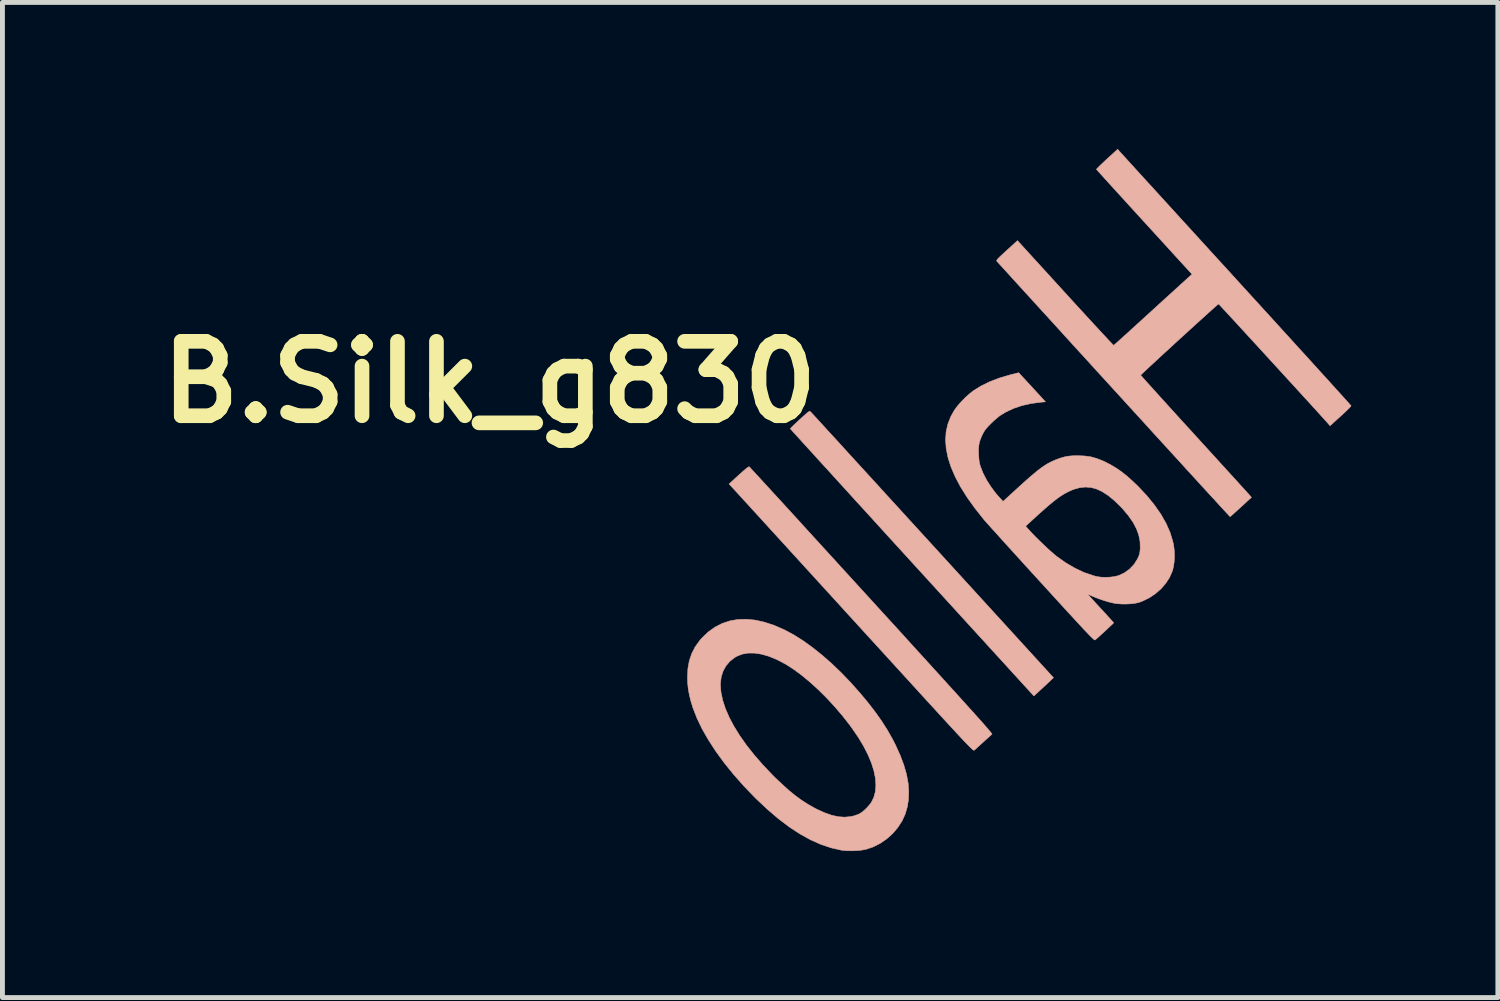
<source format=kicad_pcb>
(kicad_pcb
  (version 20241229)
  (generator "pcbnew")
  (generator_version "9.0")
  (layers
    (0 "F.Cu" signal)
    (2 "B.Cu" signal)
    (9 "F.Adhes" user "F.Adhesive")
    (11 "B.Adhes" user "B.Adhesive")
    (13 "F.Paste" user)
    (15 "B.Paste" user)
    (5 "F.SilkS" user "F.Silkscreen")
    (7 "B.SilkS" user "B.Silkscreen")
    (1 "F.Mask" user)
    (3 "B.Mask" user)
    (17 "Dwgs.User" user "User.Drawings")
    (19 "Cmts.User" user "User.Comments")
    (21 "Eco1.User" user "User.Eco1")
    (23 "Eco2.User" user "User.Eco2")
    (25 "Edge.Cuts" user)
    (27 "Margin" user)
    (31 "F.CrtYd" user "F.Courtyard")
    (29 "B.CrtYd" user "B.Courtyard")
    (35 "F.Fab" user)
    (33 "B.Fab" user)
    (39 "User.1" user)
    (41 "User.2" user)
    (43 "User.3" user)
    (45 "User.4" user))
  (footprint "B.Silk_g830"
    (layer "F.Cu")
    (at 6.974 4.772)
    (property "Reference" "B.Silk_g830" (at 0 0 0) (layer "F.SilkS") (effects (font (size 1.524 1.524) (thickness 0.3))))
    (attr through_hole)
    (fp_poly (pts (xy 6.564 0.603) (xy 6.571 0.609) (xy 6.581 0.62) (xy 6.608 0.649) (xy 6.651 0.696) (xy 6.709 0.759) (xy 6.781 0.838) (xy 6.867 0.932) (xy 6.965 1.04) (xy 7.077 1.161) (xy 7.2 1.296) (xy 7.333 1.442) (xy 7.477 1.6) (xy 7.631 1.768) (xy 7.794 1.946) (xy 7.965 2.133) (xy 8.143 2.329) (xy 8.329 2.532) (xy 8.52 2.742) (xy 8.717 2.957) (xy 8.919 3.178) (xy 9.069 3.342) (xy 11.543 6.052) (xy 11.457 6.134) (xy 11.41 6.178) (xy 11.353 6.231) (xy 11.294 6.286) (xy 11.256 6.321) (xy 11.142 6.426) (xy 8.65 3.695) (xy 8.445 3.47) (xy 8.244 3.25) (xy 8.048 3.035) (xy 7.858 2.826) (xy 7.675 2.625) (xy 7.498 2.432) (xy 7.33 2.246) (xy 7.17 2.071) (xy 7.019 1.905) (xy 6.878 1.75) (xy 6.747 1.607) (xy 6.628 1.475) (xy 6.52 1.357) (xy 6.425 1.253) (xy 6.344 1.163) (xy 6.276 1.088) (xy 6.222 1.029) (xy 6.184 0.986) (xy 6.162 0.962) (xy 6.156 0.955) (xy 6.164 0.944) (xy 6.188 0.918) (xy 6.226 0.881) (xy 6.275 0.835) (xy 6.331 0.782) (xy 6.35 0.765) (xy 6.416 0.705) (xy 6.465 0.661) (xy 6.501 0.63) (xy 6.526 0.61) (xy 6.544 0.601) (xy 6.555 0.599) (xy 6.564 0.603)) (stroke (width 0.01) (type solid)) (fill yes) (layer "B.SilkS"))
    (fp_poly (pts (xy 5.316 1.734) (xy 5.326 1.745) (xy 5.352 1.773) (xy 5.394 1.819) (xy 5.451 1.881) (xy 5.523 1.959) (xy 5.608 2.052) (xy 5.707 2.159) (xy 5.817 2.28) (xy 5.94 2.413) (xy 6.073 2.559) (xy 6.217 2.716) (xy 6.37 2.884) (xy 6.532 3.062) (xy 6.703 3.249) (xy 6.881 3.444) (xy 7.066 3.646) (xy 7.257 3.856) (xy 7.454 4.072) (xy 7.656 4.293) (xy 7.817 4.469) (xy 8.07 4.747) (xy 8.307 5.006) (xy 8.527 5.248) (xy 8.731 5.473) (xy 8.921 5.681) (xy 9.095 5.873) (xy 9.256 6.049) (xy 9.402 6.211) (xy 9.536 6.358) (xy 9.656 6.491) (xy 9.764 6.611) (xy 9.861 6.718) (xy 9.946 6.813) (xy 10.021 6.896) (xy 10.085 6.968) (xy 10.139 7.03) (xy 10.184 7.081) (xy 10.219 7.123) (xy 10.247 7.156) (xy 10.267 7.18) (xy 10.279 7.196) (xy 10.284 7.205) (xy 10.284 7.208) (xy 10.27 7.221) (xy 10.24 7.248) (xy 10.198 7.286) (xy 10.148 7.331) (xy 10.109 7.367) (xy 10.054 7.417) (xy 10.004 7.462) (xy 9.963 7.5) (xy 9.934 7.526) (xy 9.923 7.535) (xy 9.92 7.537) (xy 9.917 7.538) (xy 9.912 7.538) (xy 9.906 7.536) (xy 9.898 7.531) (xy 9.887 7.522) (xy 9.872 7.509) (xy 9.853 7.491) (xy 9.83 7.468) (xy 9.801 7.439) (xy 9.767 7.404) (xy 9.725 7.361) (xy 9.677 7.31) (xy 9.621 7.25) (xy 9.557 7.181) (xy 9.484 7.102) (xy 9.402 7.013) (xy 9.309 6.912) (xy 9.206 6.8) (xy 9.092 6.675) (xy 8.965 6.537) (xy 8.826 6.385) (xy 8.674 6.218) (xy 8.509 6.037) (xy 8.329 5.84) (xy 8.134 5.626) (xy 7.924 5.396) (xy 7.697 5.148) (xy 7.523 4.957) (xy 7.321 4.736) (xy 7.123 4.518) (xy 6.929 4.306) (xy 6.74 4.099) (xy 6.557 3.898) (xy 6.381 3.705) (xy 6.212 3.52) (xy 6.052 3.344) (xy 5.9 3.178) (xy 5.757 3.022) (xy 5.625 2.877) (xy 5.505 2.745) (xy 5.395 2.625) (xy 5.299 2.519) (xy 5.215 2.428) (xy 5.146 2.352) (xy 5.091 2.292) (xy 5.052 2.249) (xy 5.029 2.224) (xy 5.026 2.221) (xy 4.902 2.086) (xy 5.1 1.904) (xy 5.172 1.84) (xy 5.227 1.792) (xy 5.267 1.759) (xy 5.295 1.74) (xy 5.311 1.733) (xy 5.316 1.734)) (stroke (width 0.01) (type solid)) (fill yes) (layer "B.SilkS"))
    (fp_poly (pts (xy 5.438 4.873) (xy 5.628 4.916) (xy 5.827 4.981) (xy 6.032 5.071) (xy 6.04 5.075) (xy 6.224 5.173) (xy 6.414 5.293) (xy 6.61 5.434) (xy 6.808 5.592) (xy 7.006 5.766) (xy 7.202 5.954) (xy 7.389 6.149) (xy 7.575 6.358) (xy 7.741 6.556) (xy 7.889 6.747) (xy 8.021 6.933) (xy 8.138 7.116) (xy 8.242 7.299) (xy 8.306 7.423) (xy 8.403 7.636) (xy 8.479 7.838) (xy 8.534 8.029) (xy 8.568 8.212) (xy 8.58 8.387) (xy 8.573 8.557) (xy 8.552 8.691) (xy 8.508 8.843) (xy 8.442 8.987) (xy 8.355 9.121) (xy 8.25 9.244) (xy 8.129 9.352) (xy 7.995 9.444) (xy 7.85 9.517) (xy 7.71 9.564) (xy 7.625 9.581) (xy 7.524 9.592) (xy 7.415 9.596) (xy 7.309 9.594) (xy 7.213 9.585) (xy 7.201 9.583) (xy 6.994 9.536) (xy 6.784 9.466) (xy 6.571 9.371) (xy 6.355 9.252) (xy 6.136 9.109) (xy 5.913 8.94) (xy 5.687 8.747) (xy 5.456 8.53) (xy 5.429 8.503) (xy 5.2 8.265) (xy 4.99 8.027) (xy 4.8 7.791) (xy 4.629 7.557) (xy 4.48 7.327) (xy 4.351 7.102) (xy 4.245 6.882) (xy 4.162 6.669) (xy 4.12 6.532) (xy 4.088 6.401) (xy 4.066 6.283) (xy 4.057 6.193) (xy 4.724 6.193) (xy 4.736 6.347) (xy 4.77 6.511) (xy 4.826 6.683) (xy 4.904 6.863) (xy 5.003 7.049) (xy 5.122 7.241) (xy 5.261 7.438) (xy 5.42 7.638) (xy 5.597 7.841) (xy 5.792 8.046) (xy 5.85 8.104) (xy 5.997 8.243) (xy 6.133 8.365) (xy 6.262 8.47) (xy 6.389 8.562) (xy 6.517 8.644) (xy 6.649 8.719) (xy 6.699 8.745) (xy 6.857 8.817) (xy 7.003 8.868) (xy 7.139 8.898) (xy 7.267 8.907) (xy 7.389 8.896) (xy 7.455 8.881) (xy 7.505 8.865) (xy 7.554 8.846) (xy 7.575 8.836) (xy 7.622 8.806) (xy 7.676 8.761) (xy 7.731 8.707) (xy 7.78 8.651) (xy 7.812 8.609) (xy 7.865 8.503) (xy 7.897 8.384) (xy 7.907 8.254) (xy 7.898 8.112) (xy 7.867 7.96) (xy 7.817 7.799) (xy 7.746 7.63) (xy 7.656 7.453) (xy 7.546 7.27) (xy 7.416 7.081) (xy 7.371 7.019) (xy 7.221 6.828) (xy 7.062 6.642) (xy 6.897 6.464) (xy 6.728 6.296) (xy 6.558 6.142) (xy 6.389 6.002) (xy 6.225 5.881) (xy 6.069 5.78) (xy 6.045 5.767) (xy 5.879 5.68) (xy 5.72 5.615) (xy 5.568 5.571) (xy 5.426 5.549) (xy 5.294 5.548) (xy 5.172 5.569) (xy 5.061 5.613) (xy 5.018 5.638) (xy 4.918 5.716) (xy 4.838 5.81) (xy 4.779 5.918) (xy 4.741 6.037) (xy 4.725 6.168) (xy 4.724 6.193) (xy 4.057 6.193) (xy 4.054 6.167) (xy 4.05 6.044) (xy 4.05 6.038) (xy 4.059 5.864) (xy 4.088 5.705) (xy 4.137 5.559) (xy 4.207 5.422) (xy 4.299 5.294) (xy 4.346 5.239) (xy 4.475 5.116) (xy 4.613 5.017) (xy 4.761 4.941) (xy 4.917 4.889) (xy 5.082 4.86) (xy 5.256 4.855) (xy 5.438 4.873)) (stroke (width 0.01) (type solid)) (fill yes) (layer "B.SilkS"))
    (fp_poly (pts (xy 10.899 -0.118) (xy 10.928 -0.087) (xy 10.971 -0.041) (xy 11.023 0.016) (xy 11.082 0.08) (xy 11.144 0.148) (xy 11.174 0.18) (xy 11.379 0.404) (xy 11.287 0.412) (xy 11.083 0.439) (xy 10.898 0.481) (xy 10.728 0.538) (xy 10.569 0.613) (xy 10.465 0.675) (xy 10.423 0.705) (xy 10.371 0.748) (xy 10.315 0.798) (xy 10.261 0.85) (xy 10.26 0.851) (xy 10.205 0.907) (xy 10.164 0.953) (xy 10.133 0.995) (xy 10.107 1.039) (xy 10.086 1.08) (xy 10.052 1.158) (xy 10.028 1.228) (xy 10.015 1.298) (xy 10.009 1.375) (xy 10.01 1.468) (xy 10.011 1.481) (xy 10.016 1.564) (xy 10.024 1.632) (xy 10.037 1.692) (xy 10.05 1.734) (xy 10.102 1.866) (xy 10.174 2.005) (xy 10.262 2.143) (xy 10.361 2.276) (xy 10.43 2.355) (xy 10.511 2.443) (xy 10.826 2.155) (xy 10.946 2.046) (xy 11.05 1.954) (xy 11.141 1.876) (xy 11.221 1.81) (xy 11.293 1.756) (xy 11.359 1.71) (xy 11.422 1.671) (xy 11.484 1.638) (xy 11.547 1.609) (xy 11.597 1.588) (xy 11.687 1.555) (xy 11.767 1.532) (xy 11.845 1.517) (xy 11.93 1.509) (xy 12.031 1.507) (xy 12.046 1.507) (xy 12.186 1.513) (xy 12.312 1.531) (xy 12.433 1.565) (xy 12.557 1.614) (xy 12.589 1.629) (xy 12.712 1.692) (xy 12.826 1.76) (xy 12.936 1.836) (xy 13.047 1.924) (xy 13.162 2.027) (xy 13.273 2.133) (xy 13.454 2.325) (xy 13.61 2.517) (xy 13.742 2.706) (xy 13.849 2.894) (xy 13.931 3.081) (xy 13.987 3.265) (xy 14.003 3.337) (xy 14.017 3.451) (xy 14.021 3.571) (xy 14.013 3.691) (xy 13.995 3.802) (xy 13.976 3.872) (xy 13.92 4) (xy 13.841 4.121) (xy 13.744 4.233) (xy 13.629 4.333) (xy 13.502 4.418) (xy 13.363 4.485) (xy 13.291 4.512) (xy 13.219 4.528) (xy 13.13 4.539) (xy 13.031 4.544) (xy 12.931 4.543) (xy 12.837 4.536) (xy 12.782 4.527) (xy 12.688 4.505) (xy 12.582 4.474) (xy 12.473 4.437) (xy 12.371 4.397) (xy 12.333 4.38) (xy 12.293 4.362) (xy 12.263 4.35) (xy 12.249 4.346) (xy 12.249 4.346) (xy 12.256 4.356) (xy 12.279 4.382) (xy 12.315 4.422) (xy 12.362 4.474) (xy 12.418 4.536) (xy 12.481 4.604) (xy 12.51 4.636) (xy 12.576 4.707) (xy 12.636 4.772) (xy 12.687 4.829) (xy 12.729 4.875) (xy 12.759 4.908) (xy 12.774 4.926) (xy 12.775 4.928) (xy 12.767 4.938) (xy 12.743 4.962) (xy 12.706 4.996) (xy 12.662 5.038) (xy 12.612 5.085) (xy 12.56 5.133) (xy 12.509 5.179) (xy 12.464 5.22) (xy 12.427 5.253) (xy 12.401 5.274) (xy 12.394 5.28) (xy 12.39 5.28) (xy 12.382 5.277) (xy 12.369 5.268) (xy 12.352 5.253) (xy 12.329 5.231) (xy 12.299 5.202) (xy 12.262 5.163) (xy 12.216 5.115) (xy 12.16 5.057) (xy 12.095 4.986) (xy 12.018 4.903) (xy 11.93 4.807) (xy 11.828 4.697) (xy 11.713 4.571) (xy 11.583 4.429) (xy 11.438 4.27) (xy 11.293 4.111) (xy 11.156 3.961) (xy 11.023 3.815) (xy 10.894 3.673) (xy 10.771 3.538) (xy 10.655 3.41) (xy 10.547 3.291) (xy 10.448 3.181) (xy 10.36 3.083) (xy 10.282 2.998) (xy 10.24 2.95) (xy 10.973 2.95) (xy 11.048 3.034) (xy 11.103 3.094) (xy 11.171 3.164) (xy 11.247 3.239) (xy 11.328 3.317) (xy 11.408 3.393) (xy 11.484 3.462) (xy 11.552 3.521) (xy 11.606 3.566) (xy 11.607 3.567) (xy 11.796 3.701) (xy 11.986 3.812) (xy 12.174 3.9) (xy 12.361 3.963) (xy 12.433 3.982) (xy 12.515 3.994) (xy 12.607 3.997) (xy 12.703 3.993) (xy 12.793 3.982) (xy 12.869 3.963) (xy 12.878 3.96) (xy 12.999 3.903) (xy 13.104 3.826) (xy 13.193 3.732) (xy 13.262 3.623) (xy 13.269 3.609) (xy 13.291 3.56) (xy 13.305 3.518) (xy 13.313 3.474) (xy 13.318 3.418) (xy 13.319 3.393) (xy 13.315 3.261) (xy 13.289 3.131) (xy 13.241 3.001) (xy 13.171 2.869) (xy 13.077 2.734) (xy 12.96 2.595) (xy 12.916 2.548) (xy 12.787 2.423) (xy 12.664 2.322) (xy 12.544 2.244) (xy 12.428 2.19) (xy 12.312 2.158) (xy 12.196 2.149) (xy 12.078 2.162) (xy 11.957 2.196) (xy 11.878 2.229) (xy 11.813 2.261) (xy 11.749 2.297) (xy 11.684 2.338) (xy 11.614 2.388) (xy 11.538 2.447) (xy 11.453 2.517) (xy 11.357 2.601) (xy 11.247 2.699) (xy 11.172 2.767) (xy 10.973 2.95) (xy 10.24 2.95) (xy 10.218 2.926) (xy 10.167 2.869) (xy 10.131 2.828) (xy 10.113 2.807) (xy 9.931 2.577) (xy 9.773 2.356) (xy 9.639 2.142) (xy 9.53 1.936) (xy 9.445 1.737) (xy 9.384 1.546) (xy 9.347 1.363) (xy 9.334 1.187) (xy 9.345 1.019) (xy 9.381 0.859) (xy 9.441 0.706) (xy 9.513 0.578) (xy 9.575 0.493) (xy 9.653 0.404) (xy 9.74 0.315) (xy 9.83 0.235) (xy 9.901 0.179) (xy 10.058 0.081) (xy 10.235 -0.006) (xy 10.433 -0.082) (xy 10.648 -0.146) (xy 10.671 -0.152) (xy 10.83 -0.192) (xy 10.899 -0.118)) (stroke (width 0.01) (type solid)) (fill yes) (layer "B.SilkS"))
    (fp_poly (pts (xy 12.896 -4.722) (xy 12.908 -4.709) (xy 12.936 -4.678) (xy 12.98 -4.63) (xy 13.039 -4.565) (xy 13.112 -4.485) (xy 13.199 -4.389) (xy 13.298 -4.28) (xy 13.41 -4.157) (xy 13.534 -4.022) (xy 13.668 -3.875) (xy 13.812 -3.717) (xy 13.965 -3.549) (xy 14.127 -3.371) (xy 14.297 -3.185) (xy 14.475 -2.99) (xy 14.658 -2.789) (xy 14.848 -2.581) (xy 15.043 -2.368) (xy 15.242 -2.15) (xy 15.284 -2.103) (xy 15.484 -1.884) (xy 15.679 -1.67) (xy 15.869 -1.462) (xy 16.053 -1.26) (xy 16.23 -1.065) (xy 16.4 -0.879) (xy 16.562 -0.7) (xy 16.716 -0.532) (xy 16.86 -0.373) (xy 16.994 -0.225) (xy 17.118 -0.089) (xy 17.23 0.034) (xy 17.329 0.145) (xy 17.417 0.241) (xy 17.49 0.322) (xy 17.55 0.389) (xy 17.594 0.438) (xy 17.623 0.471) (xy 17.636 0.486) (xy 17.636 0.487) (xy 17.628 0.499) (xy 17.603 0.526) (xy 17.565 0.564) (xy 17.515 0.612) (xy 17.457 0.666) (xy 17.422 0.698) (xy 17.205 0.895) (xy 17.172 0.856) (xy 17.153 0.834) (xy 17.118 0.795) (xy 17.07 0.742) (xy 17.009 0.675) (xy 16.937 0.595) (xy 16.854 0.504) (xy 16.763 0.404) (xy 16.663 0.295) (xy 16.557 0.179) (xy 16.446 0.057) (xy 16.33 -0.069) (xy 16.212 -0.199) (xy 16.092 -0.33) (xy 15.972 -0.461) (xy 15.852 -0.592) (xy 15.735 -0.72) (xy 15.62 -0.845) (xy 15.51 -0.965) (xy 15.406 -1.078) (xy 15.309 -1.184) (xy 15.22 -1.281) (xy 15.14 -1.367) (xy 15.071 -1.442) (xy 15.013 -1.504) (xy 14.969 -1.552) (xy 14.939 -1.584) (xy 14.924 -1.599) (xy 14.923 -1.6) (xy 14.912 -1.592) (xy 14.884 -1.568) (xy 14.841 -1.53) (xy 14.784 -1.479) (xy 14.715 -1.417) (xy 14.636 -1.345) (xy 14.548 -1.266) (xy 14.453 -1.18) (xy 14.353 -1.089) (xy 14.25 -0.994) (xy 14.144 -0.898) (xy 14.038 -0.801) (xy 13.934 -0.705) (xy 13.832 -0.612) (xy 13.735 -0.523) (xy 13.645 -0.439) (xy 13.563 -0.363) (xy 13.49 -0.296) (xy 13.429 -0.239) (xy 13.381 -0.194) (xy 13.347 -0.162) (xy 13.33 -0.145) (xy 13.329 -0.142) (xy 13.337 -0.132) (xy 13.362 -0.103) (xy 13.401 -0.058) (xy 13.455 0.002) (xy 13.522 0.076) (xy 13.601 0.164) (xy 13.691 0.263) (xy 13.791 0.374) (xy 13.9 0.494) (xy 14.017 0.623) (xy 14.141 0.76) (xy 14.272 0.903) (xy 14.407 1.051) (xy 14.434 1.081) (xy 14.57 1.23) (xy 14.702 1.375) (xy 14.829 1.514) (xy 14.949 1.646) (xy 15.062 1.77) (xy 15.166 1.884) (xy 15.261 1.988) (xy 15.344 2.08) (xy 15.416 2.159) (xy 15.476 2.225) (xy 15.521 2.275) (xy 15.552 2.308) (xy 15.566 2.325) (xy 15.567 2.326) (xy 15.596 2.36) (xy 15.381 2.558) (xy 15.319 2.614) (xy 15.264 2.664) (xy 15.218 2.706) (xy 15.183 2.736) (xy 15.163 2.753) (xy 15.159 2.756) (xy 15.15 2.747) (xy 15.124 2.719) (xy 15.083 2.675) (xy 15.027 2.614) (xy 14.956 2.537) (xy 14.872 2.445) (xy 14.775 2.339) (xy 14.665 2.22) (xy 14.544 2.087) (xy 14.412 1.943) (xy 14.27 1.788) (xy 14.119 1.622) (xy 13.958 1.446) (xy 13.789 1.261) (xy 13.613 1.069) (xy 13.431 0.868) (xy 13.242 0.661) (xy 13.047 0.448) (xy 12.849 0.23) (xy 12.78 0.155) (xy 12.579 -0.065) (xy 12.383 -0.28) (xy 12.192 -0.49) (xy 12.006 -0.693) (xy 11.827 -0.89) (xy 11.656 -1.078) (xy 11.492 -1.258) (xy 11.336 -1.429) (xy 11.19 -1.589) (xy 11.054 -1.739) (xy 10.928 -1.876) (xy 10.814 -2.002) (xy 10.711 -2.114) (xy 10.622 -2.213) (xy 10.546 -2.296) (xy 10.483 -2.365) (xy 10.436 -2.417) (xy 10.404 -2.452) (xy 10.389 -2.469) (xy 10.387 -2.471) (xy 10.382 -2.479) (xy 10.381 -2.489) (xy 10.387 -2.502) (xy 10.401 -2.521) (xy 10.427 -2.547) (xy 10.465 -2.584) (xy 10.518 -2.633) (xy 10.586 -2.696) (xy 10.806 -2.896) (xy 11.786 -1.822) (xy 11.914 -1.681) (xy 12.037 -1.547) (xy 12.155 -1.418) (xy 12.266 -1.298) (xy 12.368 -1.186) (xy 12.462 -1.085) (xy 12.546 -0.994) (xy 12.618 -0.917) (xy 12.678 -0.852) (xy 12.725 -0.803) (xy 12.757 -0.77) (xy 12.774 -0.753) (xy 12.776 -0.752) (xy 12.787 -0.761) (xy 12.815 -0.786) (xy 12.859 -0.825) (xy 12.918 -0.878) (xy 12.989 -0.942) (xy 13.073 -1.018) (xy 13.166 -1.103) (xy 13.268 -1.196) (xy 13.378 -1.296) (xy 13.494 -1.402) (xy 13.551 -1.454) (xy 13.67 -1.563) (xy 13.784 -1.667) (xy 13.892 -1.765) (xy 13.992 -1.856) (xy 14.082 -1.938) (xy 14.162 -2.011) (xy 14.23 -2.072) (xy 14.283 -2.121) (xy 14.322 -2.156) (xy 14.344 -2.176) (xy 14.348 -2.179) (xy 14.381 -2.206) (xy 13.404 -3.276) (xy 13.276 -3.416) (xy 13.153 -3.551) (xy 13.036 -3.68) (xy 12.925 -3.801) (xy 12.823 -3.913) (xy 12.73 -4.015) (xy 12.647 -4.106) (xy 12.576 -4.185) (xy 12.517 -4.251) (xy 12.471 -4.301) (xy 12.44 -4.336) (xy 12.425 -4.354) (xy 12.423 -4.356) (xy 12.431 -4.367) (xy 12.455 -4.392) (xy 12.493 -4.43) (xy 12.542 -4.477) (xy 12.6 -4.531) (xy 12.638 -4.566) (xy 12.857 -4.767) (xy 12.896 -4.722)) (stroke (width 0.01) (type solid)) (fill yes) (layer "B.SilkS")))
  (gr_rect
    (start -3 -3)
    (end 27.615 17.373)
    (stroke (width 0.1) (type default))
    (fill no)
    (layer "Edge.Cuts")))
</source>
